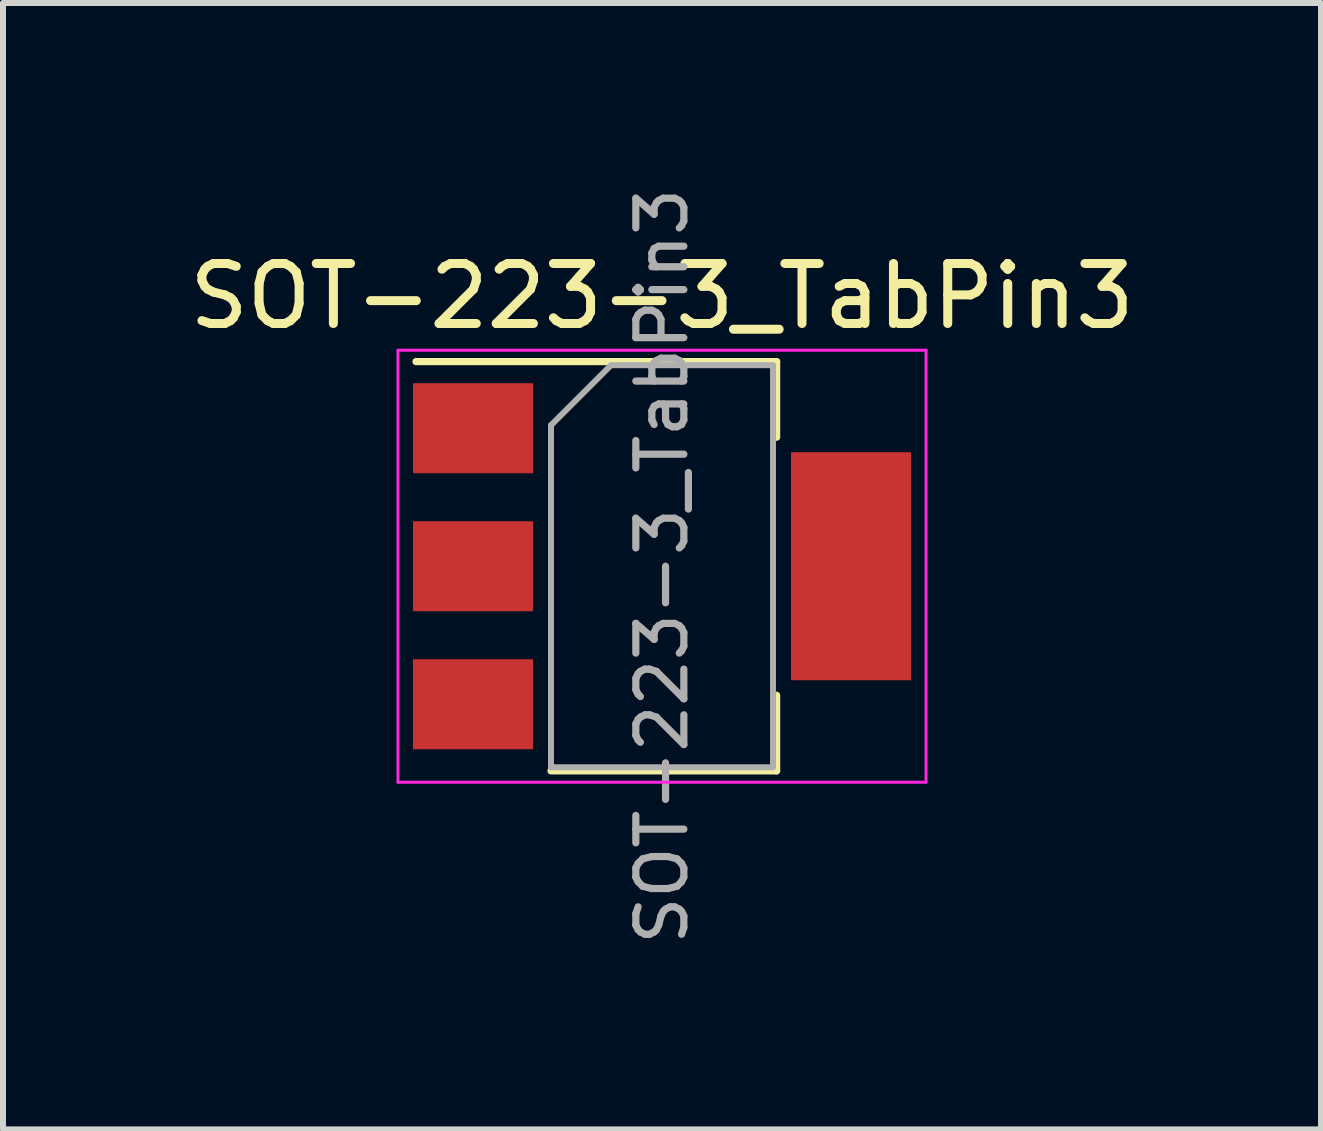
<source format=kicad_pcb>
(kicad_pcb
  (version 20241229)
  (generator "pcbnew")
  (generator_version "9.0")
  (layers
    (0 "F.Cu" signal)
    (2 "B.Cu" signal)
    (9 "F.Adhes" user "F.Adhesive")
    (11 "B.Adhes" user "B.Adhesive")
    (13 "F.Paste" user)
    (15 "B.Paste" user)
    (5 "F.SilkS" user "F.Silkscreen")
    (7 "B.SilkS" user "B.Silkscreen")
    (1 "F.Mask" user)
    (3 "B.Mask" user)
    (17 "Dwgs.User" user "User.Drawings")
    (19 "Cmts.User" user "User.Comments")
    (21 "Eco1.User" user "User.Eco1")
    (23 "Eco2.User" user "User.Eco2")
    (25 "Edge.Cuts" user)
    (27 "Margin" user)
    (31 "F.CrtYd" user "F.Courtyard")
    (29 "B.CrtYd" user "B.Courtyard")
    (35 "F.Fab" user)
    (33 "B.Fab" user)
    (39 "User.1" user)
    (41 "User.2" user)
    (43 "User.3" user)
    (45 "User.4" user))
  (footprint "SOT-223-3_TabPin3"
    (layer "F.Cu")
    (at 7.982 6.386)
    (property "Reference" "SOT-223-3_TabPin3" (at 0 -4.5 0) (layer "F.SilkS") (effects (font (size 1 1) (thickness 0.15))))
    (attr smd)
    (fp_line (start -4.1 -3.41) (end 1.91 -3.41) (stroke (width 0.12) (type solid)) (layer "F.SilkS"))
    (fp_line (start -1.85 3.41) (end 1.91 3.41) (stroke (width 0.12) (type solid)) (layer "F.SilkS"))
    (fp_line (start 1.91 -3.41) (end 1.91 -2.15) (stroke (width 0.12) (type solid)) (layer "F.SilkS"))
    (fp_line (start 1.91 3.41) (end 1.91 2.15) (stroke (width 0.12) (type solid)) (layer "F.SilkS"))
    (fp_line (start -4.4 -3.6) (end -4.4 3.6) (stroke (width 0.05) (type solid)) (layer "F.CrtYd"))
    (fp_line (start -4.4 3.6) (end 4.4 3.6) (stroke (width 0.05) (type solid)) (layer "F.CrtYd"))
    (fp_line (start 4.4 -3.6) (end -4.4 -3.6) (stroke (width 0.05) (type solid)) (layer "F.CrtYd"))
    (fp_line (start 4.4 3.6) (end 4.4 -3.6) (stroke (width 0.05) (type solid)) (layer "F.CrtYd"))
    (fp_line (start -1.85 -2.35) (end -1.85 3.35) (stroke (width 0.1) (type solid)) (layer "F.Fab"))
    (fp_line (start -1.85 -2.35) (end -0.85 -3.35) (stroke (width 0.1) (type solid)) (layer "F.Fab"))
    (fp_line (start -1.85 3.35) (end 1.85 3.35) (stroke (width 0.1) (type solid)) (layer "F.Fab"))
    (fp_line (start -0.85 -3.35) (end 1.85 -3.35) (stroke (width 0.1) (type solid)) (layer "F.Fab"))
    (fp_line (start 1.85 -3.35) (end 1.85 3.35) (stroke (width 0.1) (type solid)) (layer "F.Fab"))
    (fp_text user "${REFERENCE}" (at 0 0 90) (layer "F.Fab") (effects (font (size 0.8 0.8) (thickness 0.12))))
    (pad "1" smd rect (at -3.15 -2.3) (size 2 1.5) (layers "F.Cu" "F.Mask" "F.Paste"))
    (pad "2" smd rect (at -3.15 0) (size 2 1.5) (layers "F.Cu" "F.Mask" "F.Paste"))
    (pad "3" smd rect (at -3.15 2.3) (size 2 1.5) (layers "F.Cu" "F.Mask" "F.Paste"))
    (pad "3" smd rect (at 3.15 0) (size 2 3.8) (layers "F.Cu" "F.Mask" "F.Paste")))
  (gr_rect
    (start -3 -3)
    (end 18.964 15.771)
    (stroke (width 0.1) (type default))
    (fill no)
    (layer "Edge.Cuts")))
</source>
